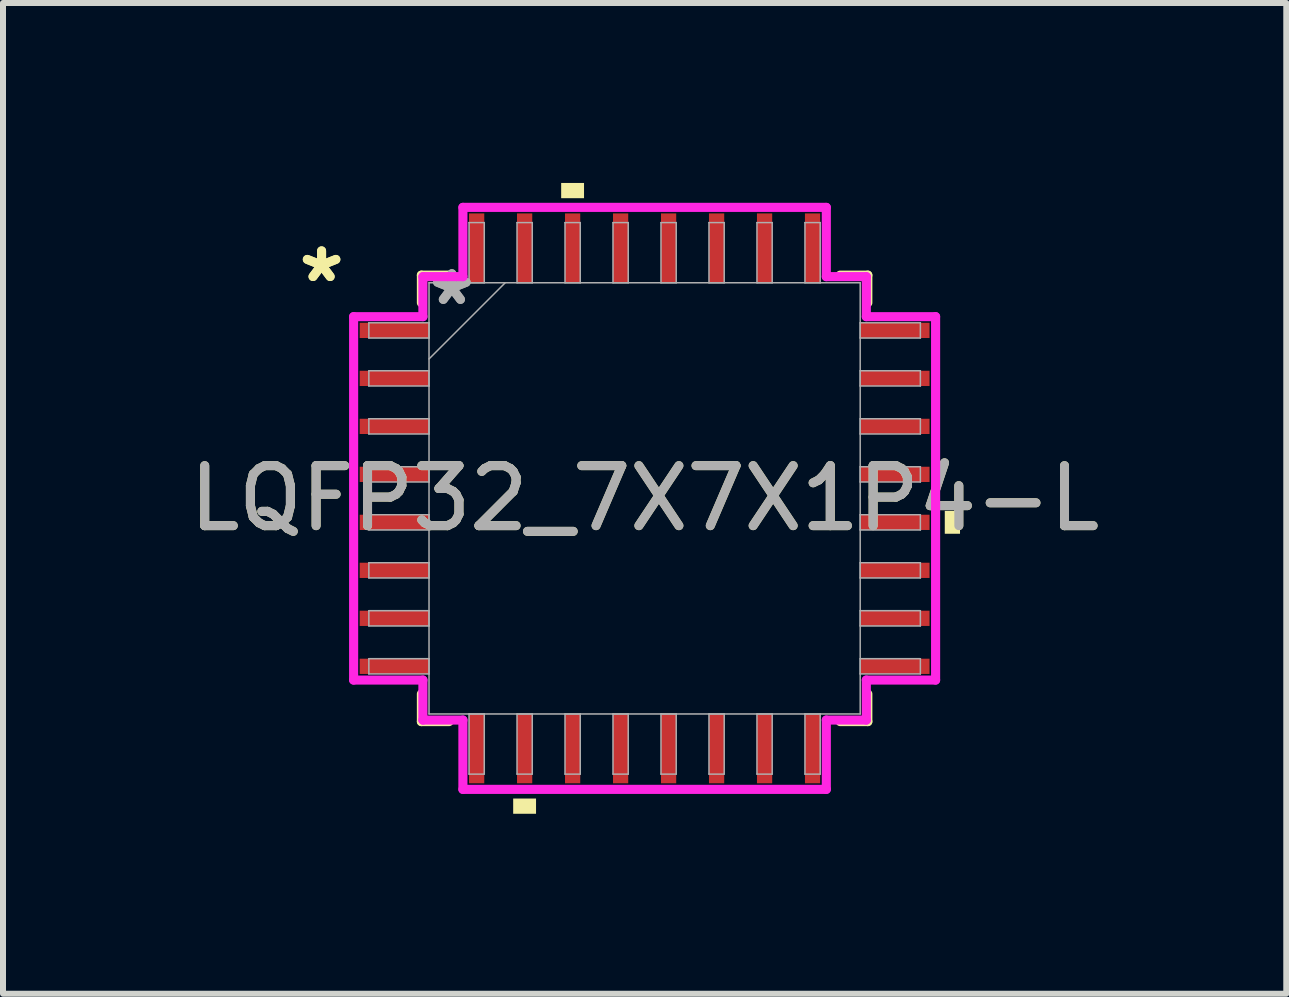
<source format=kicad_pcb>
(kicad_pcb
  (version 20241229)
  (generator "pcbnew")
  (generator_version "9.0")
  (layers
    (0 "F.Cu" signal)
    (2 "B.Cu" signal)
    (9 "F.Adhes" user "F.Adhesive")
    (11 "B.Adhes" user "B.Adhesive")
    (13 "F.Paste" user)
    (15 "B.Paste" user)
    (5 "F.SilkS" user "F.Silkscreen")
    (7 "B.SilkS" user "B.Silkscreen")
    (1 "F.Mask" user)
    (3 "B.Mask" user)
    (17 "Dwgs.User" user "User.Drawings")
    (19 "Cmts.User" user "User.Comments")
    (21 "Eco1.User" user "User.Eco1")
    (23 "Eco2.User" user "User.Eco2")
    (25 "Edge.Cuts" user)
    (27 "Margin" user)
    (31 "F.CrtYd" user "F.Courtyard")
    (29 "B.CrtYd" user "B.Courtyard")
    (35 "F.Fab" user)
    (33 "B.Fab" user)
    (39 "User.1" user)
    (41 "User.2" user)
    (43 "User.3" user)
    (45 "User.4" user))
  (footprint "LQFP32_7X7X1P4-L"
    (layer "F.Cu")
    (at 7.696 5.258)
    (property "Reference" "LQFP32_7X7X1P4-L" (at 0 0 0) (unlocked yes) (layer "F.SilkS") (effects (font (size 1 1) (thickness 0.15))))
    (attr smd)
    (fp_line (start -3.721 -3.721) (end -3.721 -3.26) (stroke (width 0.152) (type solid)) (layer "F.SilkS"))
    (fp_line (start -3.721 3.26) (end -3.721 3.721) (stroke (width 0.152) (type solid)) (layer "F.SilkS"))
    (fp_line (start -3.721 3.721) (end -3.26 3.721) (stroke (width 0.152) (type solid)) (layer "F.SilkS"))
    (fp_line (start -3.26 -3.721) (end -3.721 -3.721) (stroke (width 0.152) (type solid)) (layer "F.SilkS"))
    (fp_line (start 3.26 3.721) (end 3.721 3.721) (stroke (width 0.152) (type solid)) (layer "F.SilkS"))
    (fp_line (start 3.721 -3.721) (end 3.26 -3.721) (stroke (width 0.152) (type solid)) (layer "F.SilkS"))
    (fp_line (start 3.721 -3.26) (end 3.721 -3.721) (stroke (width 0.152) (type solid)) (layer "F.SilkS"))
    (fp_line (start 3.721 3.721) (end 3.721 3.26) (stroke (width 0.152) (type solid)) (layer "F.SilkS"))
    (fp_poly (pts (xy -2.191 5.004) (xy -2.191 5.258) (xy -1.81 5.258) (xy -1.81 5.004)) (stroke (width 0) (type solid)) (fill yes) (layer "F.SilkS"))
    (fp_poly (pts (xy -1.391 -5.004) (xy -1.391 -5.258) (xy -1.01 -5.258) (xy -1.01 -5.004)) (stroke (width 0) (type solid)) (fill yes) (layer "F.SilkS"))
    (fp_poly (pts (xy 5.258 0.209) (xy 5.258 0.59) (xy 5.004 0.59) (xy 5.004 0.209)) (stroke (width 0) (type solid)) (fill yes) (layer "F.SilkS"))
    (fp_line (start -4.851 -3.029) (end -3.696 -3.029) (stroke (width 0.152) (type solid)) (layer "F.CrtYd"))
    (fp_line (start -4.851 3.029) (end -4.851 -3.029) (stroke (width 0.152) (type solid)) (layer "F.CrtYd"))
    (fp_line (start -3.696 -3.696) (end -3.029 -3.696) (stroke (width 0.152) (type solid)) (layer "F.CrtYd"))
    (fp_line (start -3.696 -3.029) (end -3.696 -3.696) (stroke (width 0.152) (type solid)) (layer "F.CrtYd"))
    (fp_line (start -3.696 3.029) (end -4.851 3.029) (stroke (width 0.152) (type solid)) (layer "F.CrtYd"))
    (fp_line (start -3.696 3.696) (end -3.696 3.029) (stroke (width 0.152) (type solid)) (layer "F.CrtYd"))
    (fp_line (start -3.696 3.696) (end -3.029 3.696) (stroke (width 0.152) (type solid)) (layer "F.CrtYd"))
    (fp_line (start -3.029 -4.851) (end 3.029 -4.851) (stroke (width 0.152) (type solid)) (layer "F.CrtYd"))
    (fp_line (start -3.029 -3.696) (end -3.029 -4.851) (stroke (width 0.152) (type solid)) (layer "F.CrtYd"))
    (fp_line (start -3.029 3.696) (end -3.029 4.851) (stroke (width 0.152) (type solid)) (layer "F.CrtYd"))
    (fp_line (start -3.029 4.851) (end 3.029 4.851) (stroke (width 0.152) (type solid)) (layer "F.CrtYd"))
    (fp_line (start 3.029 -4.851) (end 3.029 -3.696) (stroke (width 0.152) (type solid)) (layer "F.CrtYd"))
    (fp_line (start 3.029 -3.696) (end 3.696 -3.696) (stroke (width 0.152) (type solid)) (layer "F.CrtYd"))
    (fp_line (start 3.029 3.696) (end 3.696 3.696) (stroke (width 0.152) (type solid)) (layer "F.CrtYd"))
    (fp_line (start 3.029 4.851) (end 3.029 3.696) (stroke (width 0.152) (type solid)) (layer "F.CrtYd"))
    (fp_line (start 3.696 -3.029) (end 3.696 -3.696) (stroke (width 0.152) (type solid)) (layer "F.CrtYd"))
    (fp_line (start 3.696 3.029) (end 4.851 3.029) (stroke (width 0.152) (type solid)) (layer "F.CrtYd"))
    (fp_line (start 3.696 3.696) (end 3.696 3.029) (stroke (width 0.152) (type solid)) (layer "F.CrtYd"))
    (fp_line (start 4.851 -3.029) (end 3.696 -3.029) (stroke (width 0.152) (type solid)) (layer "F.CrtYd"))
    (fp_line (start 4.851 3.029) (end 4.851 -3.029) (stroke (width 0.152) (type solid)) (layer "F.CrtYd"))
    (fp_line (start -4.597 -2.927) (end -4.597 -2.673) (stroke (width 0.025) (type solid)) (layer "F.Fab"))
    (fp_line (start -4.597 -2.673) (end -3.594 -2.673) (stroke (width 0.025) (type solid)) (layer "F.Fab"))
    (fp_line (start -4.597 -2.127) (end -4.597 -1.873) (stroke (width 0.025) (type solid)) (layer "F.Fab"))
    (fp_line (start -4.597 -1.873) (end -3.594 -1.873) (stroke (width 0.025) (type solid)) (layer "F.Fab"))
    (fp_line (start -4.597 -1.327) (end -4.597 -1.073) (stroke (width 0.025) (type solid)) (layer "F.Fab"))
    (fp_line (start -4.597 -1.073) (end -3.594 -1.073) (stroke (width 0.025) (type solid)) (layer "F.Fab"))
    (fp_line (start -4.597 -0.527) (end -4.597 -0.273) (stroke (width 0.025) (type solid)) (layer "F.Fab"))
    (fp_line (start -4.597 -0.273) (end -3.594 -0.273) (stroke (width 0.025) (type solid)) (layer "F.Fab"))
    (fp_line (start -4.597 0.273) (end -4.597 0.527) (stroke (width 0.025) (type solid)) (layer "F.Fab"))
    (fp_line (start -4.597 0.527) (end -3.594 0.527) (stroke (width 0.025) (type solid)) (layer "F.Fab"))
    (fp_line (start -4.597 1.073) (end -4.597 1.327) (stroke (width 0.025) (type solid)) (layer "F.Fab"))
    (fp_line (start -4.597 1.327) (end -3.594 1.327) (stroke (width 0.025) (type solid)) (layer "F.Fab"))
    (fp_line (start -4.597 1.873) (end -4.597 2.127) (stroke (width 0.025) (type solid)) (layer "F.Fab"))
    (fp_line (start -4.597 2.127) (end -3.594 2.127) (stroke (width 0.025) (type solid)) (layer "F.Fab"))
    (fp_line (start -4.597 2.673) (end -4.597 2.927) (stroke (width 0.025) (type solid)) (layer "F.Fab"))
    (fp_line (start -4.597 2.927) (end -3.594 2.927) (stroke (width 0.025) (type solid)) (layer "F.Fab"))
    (fp_line (start -3.594 -3.594) (end -3.594 3.594) (stroke (width 0.025) (type solid)) (layer "F.Fab"))
    (fp_line (start -3.594 -2.927) (end -4.597 -2.927) (stroke (width 0.025) (type solid)) (layer "F.Fab"))
    (fp_line (start -3.594 -2.673) (end -3.594 -2.927) (stroke (width 0.025) (type solid)) (layer "F.Fab"))
    (fp_line (start -3.594 -2.324) (end -2.324 -3.594) (stroke (width 0.025) (type solid)) (layer "F.Fab"))
    (fp_line (start -3.594 -2.127) (end -4.597 -2.127) (stroke (width 0.025) (type solid)) (layer "F.Fab"))
    (fp_line (start -3.594 -1.873) (end -3.594 -2.127) (stroke (width 0.025) (type solid)) (layer "F.Fab"))
    (fp_line (start -3.594 -1.327) (end -4.597 -1.327) (stroke (width 0.025) (type solid)) (layer "F.Fab"))
    (fp_line (start -3.594 -1.073) (end -3.594 -1.327) (stroke (width 0.025) (type solid)) (layer "F.Fab"))
    (fp_line (start -3.594 -0.527) (end -4.597 -0.527) (stroke (width 0.025) (type solid)) (layer "F.Fab"))
    (fp_line (start -3.594 -0.273) (end -3.594 -0.527) (stroke (width 0.025) (type solid)) (layer "F.Fab"))
    (fp_line (start -3.594 0.273) (end -4.597 0.273) (stroke (width 0.025) (type solid)) (layer "F.Fab"))
    (fp_line (start -3.594 0.527) (end -3.594 0.273) (stroke (width 0.025) (type solid)) (layer "F.Fab"))
    (fp_line (start -3.594 1.073) (end -4.597 1.073) (stroke (width 0.025) (type solid)) (layer "F.Fab"))
    (fp_line (start -3.594 1.327) (end -3.594 1.073) (stroke (width 0.025) (type solid)) (layer "F.Fab"))
    (fp_line (start -3.594 1.873) (end -4.597 1.873) (stroke (width 0.025) (type solid)) (layer "F.Fab"))
    (fp_line (start -3.594 2.127) (end -3.594 1.873) (stroke (width 0.025) (type solid)) (layer "F.Fab"))
    (fp_line (start -3.594 2.673) (end -4.597 2.673) (stroke (width 0.025) (type solid)) (layer "F.Fab"))
    (fp_line (start -3.594 2.927) (end -3.594 2.673) (stroke (width 0.025) (type solid)) (layer "F.Fab"))
    (fp_line (start -3.594 3.594) (end 3.594 3.594) (stroke (width 0.025) (type solid)) (layer "F.Fab"))
    (fp_line (start -2.927 -4.597) (end -2.927 -3.594) (stroke (width 0.025) (type solid)) (layer "F.Fab"))
    (fp_line (start -2.927 -3.594) (end -2.673 -3.594) (stroke (width 0.025) (type solid)) (layer "F.Fab"))
    (fp_line (start -2.927 3.594) (end -2.927 4.597) (stroke (width 0.025) (type solid)) (layer "F.Fab"))
    (fp_line (start -2.927 4.597) (end -2.673 4.597) (stroke (width 0.025) (type solid)) (layer "F.Fab"))
    (fp_line (start -2.673 -4.597) (end -2.927 -4.597) (stroke (width 0.025) (type solid)) (layer "F.Fab"))
    (fp_line (start -2.673 -3.594) (end -2.673 -4.597) (stroke (width 0.025) (type solid)) (layer "F.Fab"))
    (fp_line (start -2.673 3.594) (end -2.927 3.594) (stroke (width 0.025) (type solid)) (layer "F.Fab"))
    (fp_line (start -2.673 4.597) (end -2.673 3.594) (stroke (width 0.025) (type solid)) (layer "F.Fab"))
    (fp_line (start -2.127 -4.597) (end -2.127 -3.594) (stroke (width 0.025) (type solid)) (layer "F.Fab"))
    (fp_line (start -2.127 -3.594) (end -1.873 -3.594) (stroke (width 0.025) (type solid)) (layer "F.Fab"))
    (fp_line (start -2.127 3.594) (end -2.127 4.597) (stroke (width 0.025) (type solid)) (layer "F.Fab"))
    (fp_line (start -2.127 4.597) (end -1.873 4.597) (stroke (width 0.025) (type solid)) (layer "F.Fab"))
    (fp_line (start -1.873 -4.597) (end -2.127 -4.597) (stroke (width 0.025) (type solid)) (layer "F.Fab"))
    (fp_line (start -1.873 -3.594) (end -1.873 -4.597) (stroke (width 0.025) (type solid)) (layer "F.Fab"))
    (fp_line (start -1.873 3.594) (end -2.127 3.594) (stroke (width 0.025) (type solid)) (layer "F.Fab"))
    (fp_line (start -1.873 4.597) (end -1.873 3.594) (stroke (width 0.025) (type solid)) (layer "F.Fab"))
    (fp_line (start -1.327 -4.597) (end -1.327 -3.594) (stroke (width 0.025) (type solid)) (layer "F.Fab"))
    (fp_line (start -1.327 -3.594) (end -1.073 -3.594) (stroke (width 0.025) (type solid)) (layer "F.Fab"))
    (fp_line (start -1.327 3.594) (end -1.327 4.597) (stroke (width 0.025) (type solid)) (layer "F.Fab"))
    (fp_line (start -1.327 4.597) (end -1.073 4.597) (stroke (width 0.025) (type solid)) (layer "F.Fab"))
    (fp_line (start -1.073 -4.597) (end -1.327 -4.597) (stroke (width 0.025) (type solid)) (layer "F.Fab"))
    (fp_line (start -1.073 -3.594) (end -1.073 -4.597) (stroke (width 0.025) (type solid)) (layer "F.Fab"))
    (fp_line (start -1.073 3.594) (end -1.327 3.594) (stroke (width 0.025) (type solid)) (layer "F.Fab"))
    (fp_line (start -1.073 4.597) (end -1.073 3.594) (stroke (width 0.025) (type solid)) (layer "F.Fab"))
    (fp_line (start -0.527 -4.597) (end -0.527 -3.594) (stroke (width 0.025) (type solid)) (layer "F.Fab"))
    (fp_line (start -0.527 -3.594) (end -0.273 -3.594) (stroke (width 0.025) (type solid)) (layer "F.Fab"))
    (fp_line (start -0.527 3.594) (end -0.527 4.597) (stroke (width 0.025) (type solid)) (layer "F.Fab"))
    (fp_line (start -0.527 4.597) (end -0.273 4.597) (stroke (width 0.025) (type solid)) (layer "F.Fab"))
    (fp_line (start -0.273 -4.597) (end -0.527 -4.597) (stroke (width 0.025) (type solid)) (layer "F.Fab"))
    (fp_line (start -0.273 -3.594) (end -0.273 -4.597) (stroke (width 0.025) (type solid)) (layer "F.Fab"))
    (fp_line (start -0.273 3.594) (end -0.527 3.594) (stroke (width 0.025) (type solid)) (layer "F.Fab"))
    (fp_line (start -0.273 4.597) (end -0.273 3.594) (stroke (width 0.025) (type solid)) (layer "F.Fab"))
    (fp_line (start 0.273 -4.597) (end 0.273 -3.594) (stroke (width 0.025) (type solid)) (layer "F.Fab"))
    (fp_line (start 0.273 -3.594) (end 0.527 -3.594) (stroke (width 0.025) (type solid)) (layer "F.Fab"))
    (fp_line (start 0.273 3.594) (end 0.273 4.597) (stroke (width 0.025) (type solid)) (layer "F.Fab"))
    (fp_line (start 0.273 4.597) (end 0.527 4.597) (stroke (width 0.025) (type solid)) (layer "F.Fab"))
    (fp_line (start 0.527 -4.597) (end 0.273 -4.597) (stroke (width 0.025) (type solid)) (layer "F.Fab"))
    (fp_line (start 0.527 -3.594) (end 0.527 -4.597) (stroke (width 0.025) (type solid)) (layer "F.Fab"))
    (fp_line (start 0.527 3.594) (end 0.273 3.594) (stroke (width 0.025) (type solid)) (layer "F.Fab"))
    (fp_line (start 0.527 4.597) (end 0.527 3.594) (stroke (width 0.025) (type solid)) (layer "F.Fab"))
    (fp_line (start 1.073 -4.597) (end 1.073 -3.594) (stroke (width 0.025) (type solid)) (layer "F.Fab"))
    (fp_line (start 1.073 -3.594) (end 1.327 -3.594) (stroke (width 0.025) (type solid)) (layer "F.Fab"))
    (fp_line (start 1.073 3.594) (end 1.073 4.597) (stroke (width 0.025) (type solid)) (layer "F.Fab"))
    (fp_line (start 1.073 4.597) (end 1.327 4.597) (stroke (width 0.025) (type solid)) (layer "F.Fab"))
    (fp_line (start 1.327 -4.597) (end 1.073 -4.597) (stroke (width 0.025) (type solid)) (layer "F.Fab"))
    (fp_line (start 1.327 -3.594) (end 1.327 -4.597) (stroke (width 0.025) (type solid)) (layer "F.Fab"))
    (fp_line (start 1.327 3.594) (end 1.073 3.594) (stroke (width 0.025) (type solid)) (layer "F.Fab"))
    (fp_line (start 1.327 4.597) (end 1.327 3.594) (stroke (width 0.025) (type solid)) (layer "F.Fab"))
    (fp_line (start 1.873 -4.597) (end 1.873 -3.594) (stroke (width 0.025) (type solid)) (layer "F.Fab"))
    (fp_line (start 1.873 -3.594) (end 2.127 -3.594) (stroke (width 0.025) (type solid)) (layer "F.Fab"))
    (fp_line (start 1.873 3.594) (end 1.873 4.597) (stroke (width 0.025) (type solid)) (layer "F.Fab"))
    (fp_line (start 1.873 4.597) (end 2.127 4.597) (stroke (width 0.025) (type solid)) (layer "F.Fab"))
    (fp_line (start 2.127 -4.597) (end 1.873 -4.597) (stroke (width 0.025) (type solid)) (layer "F.Fab"))
    (fp_line (start 2.127 -3.594) (end 2.127 -4.597) (stroke (width 0.025) (type solid)) (layer "F.Fab"))
    (fp_line (start 2.127 3.594) (end 1.873 3.594) (stroke (width 0.025) (type solid)) (layer "F.Fab"))
    (fp_line (start 2.127 4.597) (end 2.127 3.594) (stroke (width 0.025) (type solid)) (layer "F.Fab"))
    (fp_line (start 2.673 -4.597) (end 2.673 -3.594) (stroke (width 0.025) (type solid)) (layer "F.Fab"))
    (fp_line (start 2.673 -3.594) (end 2.927 -3.594) (stroke (width 0.025) (type solid)) (layer "F.Fab"))
    (fp_line (start 2.673 3.594) (end 2.673 4.597) (stroke (width 0.025) (type solid)) (layer "F.Fab"))
    (fp_line (start 2.673 4.597) (end 2.927 4.597) (stroke (width 0.025) (type solid)) (layer "F.Fab"))
    (fp_line (start 2.927 -4.597) (end 2.673 -4.597) (stroke (width 0.025) (type solid)) (layer "F.Fab"))
    (fp_line (start 2.927 -3.594) (end 2.927 -4.597) (stroke (width 0.025) (type solid)) (layer "F.Fab"))
    (fp_line (start 2.927 3.594) (end 2.673 3.594) (stroke (width 0.025) (type solid)) (layer "F.Fab"))
    (fp_line (start 2.927 4.597) (end 2.927 3.594) (stroke (width 0.025) (type solid)) (layer "F.Fab"))
    (fp_line (start 3.594 -3.594) (end -3.594 -3.594) (stroke (width 0.025) (type solid)) (layer "F.Fab"))
    (fp_line (start 3.594 -2.927) (end 3.594 -2.673) (stroke (width 0.025) (type solid)) (layer "F.Fab"))
    (fp_line (start 3.594 -2.673) (end 4.597 -2.673) (stroke (width 0.025) (type solid)) (layer "F.Fab"))
    (fp_line (start 3.594 -2.127) (end 3.594 -1.873) (stroke (width 0.025) (type solid)) (layer "F.Fab"))
    (fp_line (start 3.594 -1.873) (end 4.597 -1.873) (stroke (width 0.025) (type solid)) (layer "F.Fab"))
    (fp_line (start 3.594 -1.327) (end 3.594 -1.073) (stroke (width 0.025) (type solid)) (layer "F.Fab"))
    (fp_line (start 3.594 -1.073) (end 4.597 -1.073) (stroke (width 0.025) (type solid)) (layer "F.Fab"))
    (fp_line (start 3.594 -0.527) (end 3.594 -0.273) (stroke (width 0.025) (type solid)) (layer "F.Fab"))
    (fp_line (start 3.594 -0.273) (end 4.597 -0.273) (stroke (width 0.025) (type solid)) (layer "F.Fab"))
    (fp_line (start 3.594 0.273) (end 3.594 0.527) (stroke (width 0.025) (type solid)) (layer "F.Fab"))
    (fp_line (start 3.594 0.527) (end 4.597 0.527) (stroke (width 0.025) (type solid)) (layer "F.Fab"))
    (fp_line (start 3.594 1.073) (end 3.594 1.327) (stroke (width 0.025) (type solid)) (layer "F.Fab"))
    (fp_line (start 3.594 1.327) (end 4.597 1.327) (stroke (width 0.025) (type solid)) (layer "F.Fab"))
    (fp_line (start 3.594 1.873) (end 3.594 2.127) (stroke (width 0.025) (type solid)) (layer "F.Fab"))
    (fp_line (start 3.594 2.127) (end 4.597 2.127) (stroke (width 0.025) (type solid)) (layer "F.Fab"))
    (fp_line (start 3.594 2.673) (end 3.594 2.927) (stroke (width 0.025) (type solid)) (layer "F.Fab"))
    (fp_line (start 3.594 2.927) (end 4.597 2.927) (stroke (width 0.025) (type solid)) (layer "F.Fab"))
    (fp_line (start 3.594 3.594) (end 3.594 -3.594) (stroke (width 0.025) (type solid)) (layer "F.Fab"))
    (fp_line (start 4.597 -2.927) (end 3.594 -2.927) (stroke (width 0.025) (type solid)) (layer "F.Fab"))
    (fp_line (start 4.597 -2.673) (end 4.597 -2.927) (stroke (width 0.025) (type solid)) (layer "F.Fab"))
    (fp_line (start 4.597 -2.127) (end 3.594 -2.127) (stroke (width 0.025) (type solid)) (layer "F.Fab"))
    (fp_line (start 4.597 -1.873) (end 4.597 -2.127) (stroke (width 0.025) (type solid)) (layer "F.Fab"))
    (fp_line (start 4.597 -1.327) (end 3.594 -1.327) (stroke (width 0.025) (type solid)) (layer "F.Fab"))
    (fp_line (start 4.597 -1.073) (end 4.597 -1.327) (stroke (width 0.025) (type solid)) (layer "F.Fab"))
    (fp_line (start 4.597 -0.527) (end 3.594 -0.527) (stroke (width 0.025) (type solid)) (layer "F.Fab"))
    (fp_line (start 4.597 -0.273) (end 4.597 -0.527) (stroke (width 0.025) (type solid)) (layer "F.Fab"))
    (fp_line (start 4.597 0.273) (end 3.594 0.273) (stroke (width 0.025) (type solid)) (layer "F.Fab"))
    (fp_line (start 4.597 0.527) (end 4.597 0.273) (stroke (width 0.025) (type solid)) (layer "F.Fab"))
    (fp_line (start 4.597 1.073) (end 3.594 1.073) (stroke (width 0.025) (type solid)) (layer "F.Fab"))
    (fp_line (start 4.597 1.327) (end 4.597 1.073) (stroke (width 0.025) (type solid)) (layer "F.Fab"))
    (fp_line (start 4.597 1.873) (end 3.594 1.873) (stroke (width 0.025) (type solid)) (layer "F.Fab"))
    (fp_line (start 4.597 2.127) (end 4.597 1.873) (stroke (width 0.025) (type solid)) (layer "F.Fab"))
    (fp_line (start 4.597 2.673) (end 3.594 2.673) (stroke (width 0.025) (type solid)) (layer "F.Fab"))
    (fp_line (start 4.597 2.927) (end 4.597 2.673) (stroke (width 0.025) (type solid)) (layer "F.Fab"))
    (fp_text user "*" (at -5.385 -3.581 0) (layer "F.SilkS") (effects (font (size 1 1) (thickness 0.15))))
    (fp_text user "*" (at -5.385 -3.581 0) (unlocked yes) (layer "F.SilkS") (effects (font (size 1 1) (thickness 0.15))))
    (fp_text user "*" (at -3.213 -3.2 0) (unlocked yes) (layer "F.Fab") (effects (font (size 1 1) (thickness 0.15))))
    (fp_text user "${REFERENCE}" (at 0 0 0) (unlocked yes) (layer "F.Fab") (effects (font (size 1 1) (thickness 0.15))))
    (fp_text user "*" (at -3.213 -3.2 0) (layer "F.Fab") (effects (font (size 1 1) (thickness 0.15))))
    (pad "1" smd rect (at -4.172 -2.8 90) (size 0.254 1.156) (layers "F.Cu" "F.Mask" "F.Paste"))
    (pad "2" smd rect (at -4.172 -2 90) (size 0.254 1.156) (layers "F.Cu" "F.Mask" "F.Paste"))
    (pad "3" smd rect (at -4.172 -1.2 90) (size 0.254 1.156) (layers "F.Cu" "F.Mask" "F.Paste"))
    (pad "4" smd rect (at -4.172 -0.4 90) (size 0.254 1.156) (layers "F.Cu" "F.Mask" "F.Paste"))
    (pad "5" smd rect (at -4.172 0.4 90) (size 0.254 1.156) (layers "F.Cu" "F.Mask" "F.Paste"))
    (pad "6" smd rect (at -4.172 1.2 90) (size 0.254 1.156) (layers "F.Cu" "F.Mask" "F.Paste"))
    (pad "7" smd rect (at -4.172 2 90) (size 0.254 1.156) (layers "F.Cu" "F.Mask" "F.Paste"))
    (pad "8" smd rect (at -4.172 2.8 90) (size 0.254 1.156) (layers "F.Cu" "F.Mask" "F.Paste"))
    (pad "9" smd rect (at -2.8 4.172) (size 0.254 1.156) (layers "F.Cu" "F.Mask" "F.Paste"))
    (pad "10" smd rect (at -2 4.172) (size 0.254 1.156) (layers "F.Cu" "F.Mask" "F.Paste"))
    (pad "11" smd rect (at -1.2 4.172) (size 0.254 1.156) (layers "F.Cu" "F.Mask" "F.Paste"))
    (pad "12" smd rect (at -0.4 4.172) (size 0.254 1.156) (layers "F.Cu" "F.Mask" "F.Paste"))
    (pad "13" smd rect (at 0.4 4.172) (size 0.254 1.156) (layers "F.Cu" "F.Mask" "F.Paste"))
    (pad "14" smd rect (at 1.2 4.172) (size 0.254 1.156) (layers "F.Cu" "F.Mask" "F.Paste"))
    (pad "15" smd rect (at 2 4.172) (size 0.254 1.156) (layers "F.Cu" "F.Mask" "F.Paste"))
    (pad "16" smd rect (at 2.8 4.172) (size 0.254 1.156) (layers "F.Cu" "F.Mask" "F.Paste"))
    (pad "17" smd rect (at 4.172 2.8 90) (size 0.254 1.156) (layers "F.Cu" "F.Mask" "F.Paste"))
    (pad "18" smd rect (at 4.172 2 90) (size 0.254 1.156) (layers "F.Cu" "F.Mask" "F.Paste"))
    (pad "19" smd rect (at 4.172 1.2 90) (size 0.254 1.156) (layers "F.Cu" "F.Mask" "F.Paste"))
    (pad "20" smd rect (at 4.172 0.4 90) (size 0.254 1.156) (layers "F.Cu" "F.Mask" "F.Paste"))
    (pad "21" smd rect (at 4.172 -0.4 90) (size 0.254 1.156) (layers "F.Cu" "F.Mask" "F.Paste"))
    (pad "22" smd rect (at 4.172 -1.2 90) (size 0.254 1.156) (layers "F.Cu" "F.Mask" "F.Paste"))
    (pad "23" smd rect (at 4.172 -2 90) (size 0.254 1.156) (layers "F.Cu" "F.Mask" "F.Paste"))
    (pad "24" smd rect (at 4.172 -2.8 90) (size 0.254 1.156) (layers "F.Cu" "F.Mask" "F.Paste"))
    (pad "25" smd rect (at 2.8 -4.172) (size 0.254 1.156) (layers "F.Cu" "F.Mask" "F.Paste"))
    (pad "26" smd rect (at 2 -4.172) (size 0.254 1.156) (layers "F.Cu" "F.Mask" "F.Paste"))
    (pad "27" smd rect (at 1.2 -4.172) (size 0.254 1.156) (layers "F.Cu" "F.Mask" "F.Paste"))
    (pad "28" smd rect (at 0.4 -4.172) (size 0.254 1.156) (layers "F.Cu" "F.Mask" "F.Paste"))
    (pad "29" smd rect (at -0.4 -4.172) (size 0.254 1.156) (layers "F.Cu" "F.Mask" "F.Paste"))
    (pad "30" smd rect (at -1.2 -4.172) (size 0.254 1.156) (layers "F.Cu" "F.Mask" "F.Paste"))
    (pad "31" smd rect (at -2 -4.172) (size 0.254 1.156) (layers "F.Cu" "F.Mask" "F.Paste"))
    (pad "32" smd rect (at -2.8 -4.172) (size 0.254 1.156) (layers "F.Cu" "F.Mask" "F.Paste")))
  (gr_rect
    (start -3 -3)
    (end 18.393 13.516)
    (stroke (width 0.1) (type default))
    (fill no)
    (layer "Edge.Cuts")))
</source>
